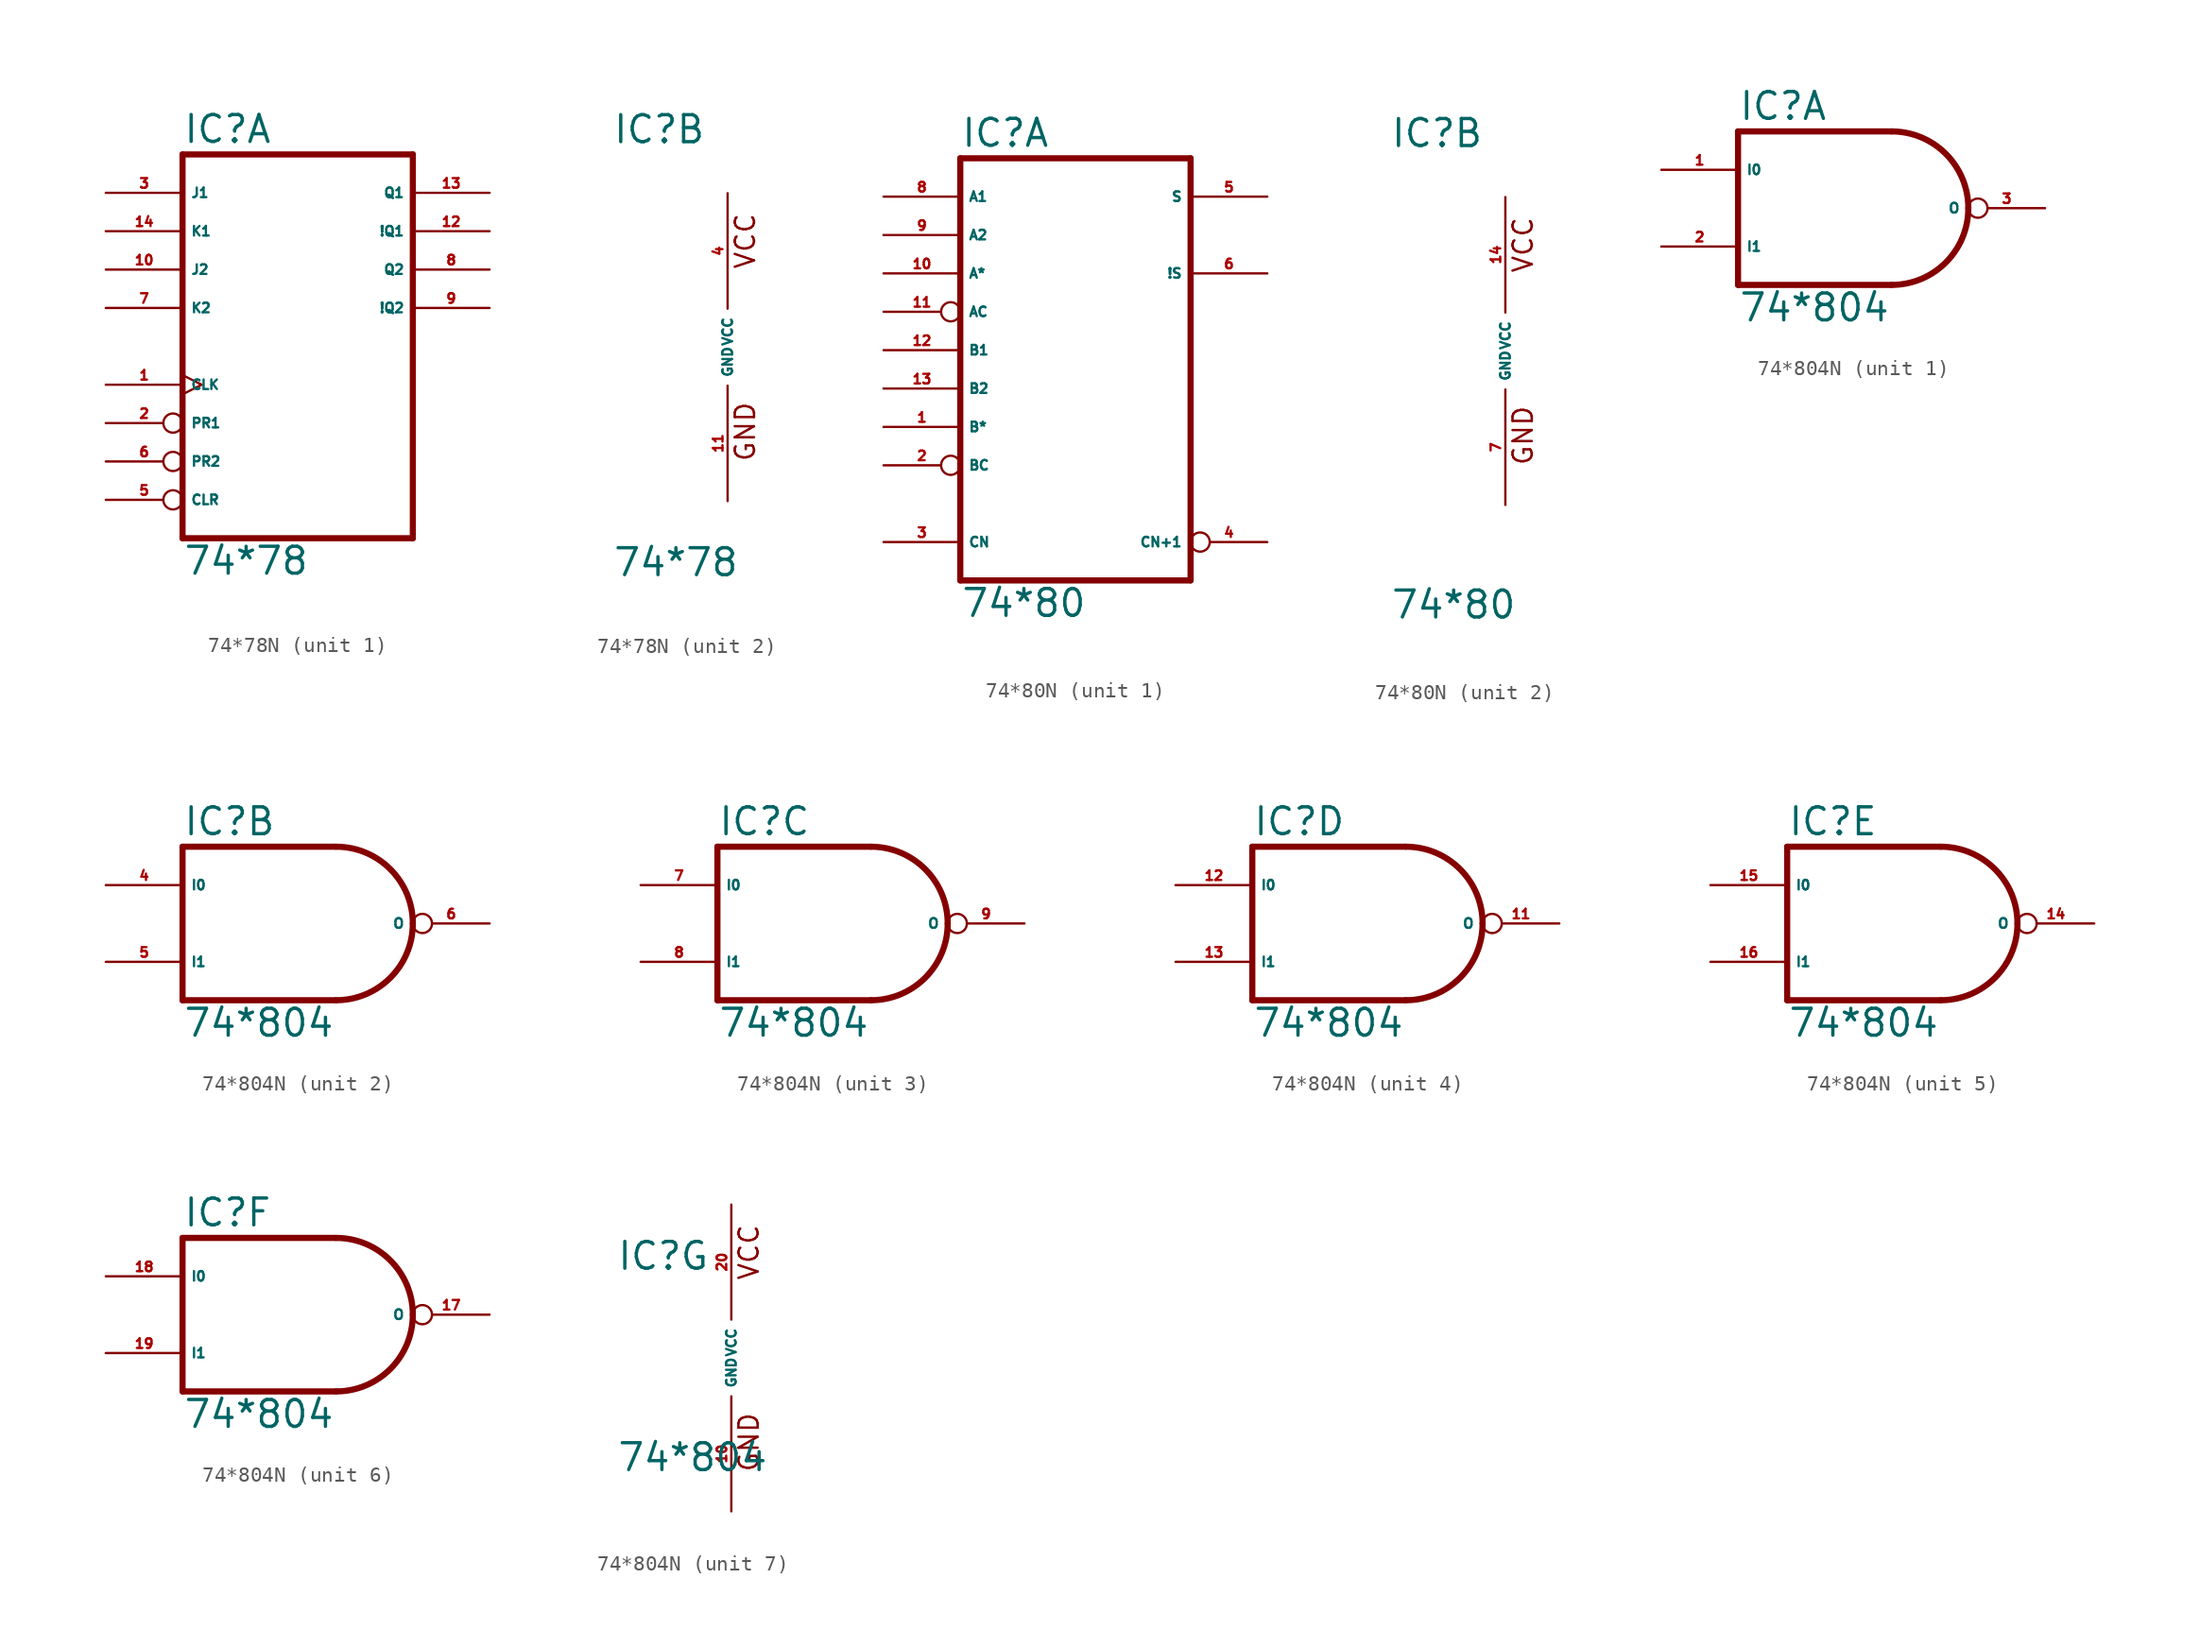
<source format=kicad_sym>
(kicad_symbol_lib
  (version 20220914)
  (generator Eagle2Kicad)
  (symbol "74*78N"
    (property "Reference" "IC"
      (at -7.62 13.335 0)
      (effects (font (size 1.778 1.778) (thickness 0.22)) (justify left bottom)))
    (property "Value" "74*78"
      (at -7.62 -15.24 0)
      (effects (font (size 1.778 1.778) (thickness 0.22)) (justify left bottom)))
    (symbol "74*78N_1_0"
      (polyline (pts (xy -7.62 -12.7) (xy 7.62 -12.7)) (stroke (width 0.406) (type default)) (fill (type none)))
      (polyline (pts (xy 7.62 -12.7) (xy 7.62 12.7)) (stroke (width 0.406) (type default)) (fill (type none)))
      (polyline (pts (xy 7.62 12.7) (xy -7.62 12.7)) (stroke (width 0.406) (type default)) (fill (type none)))
      (polyline (pts (xy -7.62 12.7) (xy -7.62 -12.7)) (stroke (width 0.406) (type default)) (fill (type none)))
      (pin input clock (at -12.7 -2.54 0) (length 5.08) (name "CLK" (effects (font (size 0.635 0.635) (thickness 0.08)) (justify left bottom))) (number "1" (effects (font (size 0.635 0.635) (thickness 0.08)) (justify left bottom))))
      (pin input inverted (at -12.7 -5.08 0) (length 5.08) (name "PR1" (effects (font (size 0.635 0.635) (thickness 0.08)) (justify left bottom))) (number "2" (effects (font (size 0.635 0.635) (thickness 0.08)) (justify left bottom))))
      (pin input line (at -12.7 10.16 0) (length 5.08) (name "J1" (effects (font (size 0.635 0.635) (thickness 0.08)) (justify left bottom))) (number "3" (effects (font (size 0.635 0.635) (thickness 0.08)) (justify left bottom))))
      (pin input inverted (at -12.7 -10.16 0) (length 5.08) (name "CLR" (effects (font (size 0.635 0.635) (thickness 0.08)) (justify left bottom))) (number "5" (effects (font (size 0.635 0.635) (thickness 0.08)) (justify left bottom))))
      (pin input inverted (at -12.7 -7.62 0) (length 5.08) (name "PR2" (effects (font (size 0.635 0.635) (thickness 0.08)) (justify left bottom))) (number "6" (effects (font (size 0.635 0.635) (thickness 0.08)) (justify left bottom))))
      (pin input line (at -12.7 2.54 0) (length 5.08) (name "K2" (effects (font (size 0.635 0.635) (thickness 0.08)) (justify left bottom))) (number "7" (effects (font (size 0.635 0.635) (thickness 0.08)) (justify left bottom))))
      (pin output line (at 12.7 5.08 180) (length 5.08) (name "Q2" (effects (font (size 0.635 0.635) (thickness 0.08)) (justify left bottom))) (number "8" (effects (font (size 0.635 0.635) (thickness 0.08)) (justify left bottom))))
      (pin output line (at 12.7 2.54 180) (length 5.08) (name "!Q2" (effects (font (size 0.635 0.635) (thickness 0.08)) (justify left bottom))) (number "9" (effects (font (size 0.635 0.635) (thickness 0.08)) (justify left bottom))))
      (pin input line (at -12.7 5.08 0) (length 5.08) (name "J2" (effects (font (size 0.635 0.635) (thickness 0.08)) (justify left bottom))) (number "10" (effects (font (size 0.635 0.635) (thickness 0.08)) (justify left bottom))))
      (pin output line (at 12.7 7.62 180) (length 5.08) (name "!Q1" (effects (font (size 0.635 0.635) (thickness 0.08)) (justify left bottom))) (number "12" (effects (font (size 0.635 0.635) (thickness 0.08)) (justify left bottom))))
      (pin output line (at 12.7 10.16 180) (length 5.08) (name "Q1" (effects (font (size 0.635 0.635) (thickness 0.08)) (justify left bottom))) (number "13" (effects (font (size 0.635 0.635) (thickness 0.08)) (justify left bottom))))
      (pin input line (at -12.7 7.62 0) (length 5.08) (name "K1" (effects (font (size 0.635 0.635) (thickness 0.08)) (justify left bottom))) (number "14" (effects (font (size 0.635 0.635) (thickness 0.08)) (justify left bottom)))))
    (symbol "74*78N_2_0"
      (text "GND" (at 1.905 -7.62 900) (effects (font (size 1.27 1.27) (thickness 0.16)) (justify left bottom)))
      (text "VCC" (at 1.905 5.08 900) (effects (font (size 1.27 1.27) (thickness 0.16)) (justify left bottom)))
      (pin unspecified line (at 0 -10.16 90) (length 7.62) (name "GND" (effects (font (size 0.635 0.635) (thickness 0.08)) (justify left bottom))) (number "11" (effects (font (size 0.635 0.635) (thickness 0.08)) (justify left bottom))))
      (pin unspecified line (at 0 10.16 270) (length 7.62) (name "VCC" (effects (font (size 0.635 0.635) (thickness 0.08)) (justify left bottom))) (number "4" (effects (font (size 0.635 0.635) (thickness 0.08)) (justify left bottom))))))
  (symbol "74*80N"
    (property "Reference" "IC"
      (at -7.62 13.335 0)
      (effects (font (size 1.778 1.778) (thickness 0.22)) (justify left bottom)))
    (property "Value" "74*80"
      (at -7.62 -17.78 0)
      (effects (font (size 1.778 1.778) (thickness 0.22)) (justify left bottom)))
    (symbol "74*80N_1_0"
      (polyline (pts (xy -7.62 -15.24) (xy 7.62 -15.24)) (stroke (width 0.406) (type default)) (fill (type none)))
      (polyline (pts (xy 7.62 -15.24) (xy 7.62 12.7)) (stroke (width 0.406) (type default)) (fill (type none)))
      (polyline (pts (xy 7.62 12.7) (xy -7.62 12.7)) (stroke (width 0.406) (type default)) (fill (type none)))
      (polyline (pts (xy -7.62 12.7) (xy -7.62 -15.24)) (stroke (width 0.406) (type default)) (fill (type none)))
      (pin bidirectional line (at -12.7 -5.08 0) (length 5.08) (name "B*" (effects (font (size 0.635 0.635) (thickness 0.08)) (justify left bottom))) (number "1" (effects (font (size 0.635 0.635) (thickness 0.08)) (justify left bottom))))
      (pin input inverted (at -12.7 -7.62 0) (length 5.08) (name "BC" (effects (font (size 0.635 0.635) (thickness 0.08)) (justify left bottom))) (number "2" (effects (font (size 0.635 0.635) (thickness 0.08)) (justify left bottom))))
      (pin input line (at -12.7 -12.7 0) (length 5.08) (name "CN" (effects (font (size 0.635 0.635) (thickness 0.08)) (justify left bottom))) (number "3" (effects (font (size 0.635 0.635) (thickness 0.08)) (justify left bottom))))
      (pin output inverted (at 12.7 -12.7 180) (length 5.08) (name "CN+1" (effects (font (size 0.635 0.635) (thickness 0.08)) (justify left bottom))) (number "4" (effects (font (size 0.635 0.635) (thickness 0.08)) (justify left bottom))))
      (pin output line (at 12.7 10.16 180) (length 5.08) (name "S" (effects (font (size 0.635 0.635) (thickness 0.08)) (justify left bottom))) (number "5" (effects (font (size 0.635 0.635) (thickness 0.08)) (justify left bottom))))
      (pin output line (at 12.7 5.08 180) (length 5.08) (name "!S" (effects (font (size 0.635 0.635) (thickness 0.08)) (justify left bottom))) (number "6" (effects (font (size 0.635 0.635) (thickness 0.08)) (justify left bottom))))
      (pin input line (at -12.7 10.16 0) (length 5.08) (name "A1" (effects (font (size 0.635 0.635) (thickness 0.08)) (justify left bottom))) (number "8" (effects (font (size 0.635 0.635) (thickness 0.08)) (justify left bottom))))
      (pin input line (at -12.7 7.62 0) (length 5.08) (name "A2" (effects (font (size 0.635 0.635) (thickness 0.08)) (justify left bottom))) (number "9" (effects (font (size 0.635 0.635) (thickness 0.08)) (justify left bottom))))
      (pin bidirectional line (at -12.7 5.08 0) (length 5.08) (name "A*" (effects (font (size 0.635 0.635) (thickness 0.08)) (justify left bottom))) (number "10" (effects (font (size 0.635 0.635) (thickness 0.08)) (justify left bottom))))
      (pin input inverted (at -12.7 2.54 0) (length 5.08) (name "AC" (effects (font (size 0.635 0.635) (thickness 0.08)) (justify left bottom))) (number "11" (effects (font (size 0.635 0.635) (thickness 0.08)) (justify left bottom))))
      (pin input line (at -12.7 0 0) (length 5.08) (name "B1" (effects (font (size 0.635 0.635) (thickness 0.08)) (justify left bottom))) (number "12" (effects (font (size 0.635 0.635) (thickness 0.08)) (justify left bottom))))
      (pin input line (at -12.7 -2.54 0) (length 5.08) (name "B2" (effects (font (size 0.635 0.635) (thickness 0.08)) (justify left bottom))) (number "13" (effects (font (size 0.635 0.635) (thickness 0.08)) (justify left bottom)))))
    (symbol "74*80N_2_0"
      (text "GND" (at 1.905 -7.62 900) (effects (font (size 1.27 1.27) (thickness 0.16)) (justify left bottom)))
      (text "VCC" (at 1.905 5.08 900) (effects (font (size 1.27 1.27) (thickness 0.16)) (justify left bottom)))
      (pin unspecified line (at 0 -10.16 90) (length 7.62) (name "GND" (effects (font (size 0.635 0.635) (thickness 0.08)) (justify left bottom))) (number "7" (effects (font (size 0.635 0.635) (thickness 0.08)) (justify left bottom))))
      (pin unspecified line (at 0 10.16 270) (length 7.62) (name "VCC" (effects (font (size 0.635 0.635) (thickness 0.08)) (justify left bottom))) (number "14" (effects (font (size 0.635 0.635) (thickness 0.08)) (justify left bottom))))))
  (symbol "74*804N"
    (property "Reference" "IC"
      (at -7.62 5.715 0)
      (effects (font (size 1.778 1.778) (thickness 0.22)) (justify left bottom)))
    (property "Value" "74*804"
      (at -7.62 -7.62 0)
      (effects (font (size 1.778 1.778) (thickness 0.22)) (justify left bottom)))
    (symbol "74*804N_1_0"
      (arc (start 2.54 -5.08) (mid 6.132 -3.592) (end 7.62 0) (stroke (width 0.4064) (type default)) (fill (type none)))
      (arc (start 7.62 0) (mid 6.132 3.592) (end 2.54 5.08) (stroke (width 0.4064) (type default)) (fill (type none)))
      (polyline (pts (xy 2.54 5.08) (xy -7.62 5.08)) (stroke (width 0.406) (type default)) (fill (type none)))
      (polyline (pts (xy -7.62 5.08) (xy -7.62 -5.08)) (stroke (width 0.406) (type default)) (fill (type none)))
      (polyline (pts (xy -7.62 -5.08) (xy 2.54 -5.08)) (stroke (width 0.406) (type default)) (fill (type none)))
      (pin input line (at -12.7 2.54 0) (length 5.08) (name "I0" (effects (font (size 0.635 0.635) (thickness 0.08)) (justify left bottom))) (number "1" (effects (font (size 0.635 0.635) (thickness 0.08)) (justify left bottom))))
      (pin input line (at -12.7 -2.54 0) (length 5.08) (name "I1" (effects (font (size 0.635 0.635) (thickness 0.08)) (justify left bottom))) (number "2" (effects (font (size 0.635 0.635) (thickness 0.08)) (justify left bottom))))
      (pin output inverted (at 12.7 0 180) (length 5.08) (name "O" (effects (font (size 0.635 0.635) (thickness 0.08)) (justify left bottom))) (number "3" (effects (font (size 0.635 0.635) (thickness 0.08)) (justify left bottom)))))
    (symbol "74*804N_2_0"
      (arc (start 2.54 -5.08) (mid 6.132 -3.592) (end 7.62 0) (stroke (width 0.4064) (type default)) (fill (type none)))
      (arc (start 7.62 0) (mid 6.132 3.592) (end 2.54 5.08) (stroke (width 0.4064) (type default)) (fill (type none)))
      (polyline (pts (xy 2.54 5.08) (xy -7.62 5.08)) (stroke (width 0.406) (type default)) (fill (type none)))
      (polyline (pts (xy -7.62 5.08) (xy -7.62 -5.08)) (stroke (width 0.406) (type default)) (fill (type none)))
      (polyline (pts (xy -7.62 -5.08) (xy 2.54 -5.08)) (stroke (width 0.406) (type default)) (fill (type none)))
      (pin input line (at -12.7 2.54 0) (length 5.08) (name "I0" (effects (font (size 0.635 0.635) (thickness 0.08)) (justify left bottom))) (number "4" (effects (font (size 0.635 0.635) (thickness 0.08)) (justify left bottom))))
      (pin input line (at -12.7 -2.54 0) (length 5.08) (name "I1" (effects (font (size 0.635 0.635) (thickness 0.08)) (justify left bottom))) (number "5" (effects (font (size 0.635 0.635) (thickness 0.08)) (justify left bottom))))
      (pin output inverted (at 12.7 0 180) (length 5.08) (name "O" (effects (font (size 0.635 0.635) (thickness 0.08)) (justify left bottom))) (number "6" (effects (font (size 0.635 0.635) (thickness 0.08)) (justify left bottom)))))
    (symbol "74*804N_3_0"
      (arc (start 2.54 -5.08) (mid 6.132 -3.592) (end 7.62 0) (stroke (width 0.4064) (type default)) (fill (type none)))
      (arc (start 7.62 0) (mid 6.132 3.592) (end 2.54 5.08) (stroke (width 0.4064) (type default)) (fill (type none)))
      (polyline (pts (xy 2.54 5.08) (xy -7.62 5.08)) (stroke (width 0.406) (type default)) (fill (type none)))
      (polyline (pts (xy -7.62 5.08) (xy -7.62 -5.08)) (stroke (width 0.406) (type default)) (fill (type none)))
      (polyline (pts (xy -7.62 -5.08) (xy 2.54 -5.08)) (stroke (width 0.406) (type default)) (fill (type none)))
      (pin input line (at -12.7 2.54 0) (length 5.08) (name "I0" (effects (font (size 0.635 0.635) (thickness 0.08)) (justify left bottom))) (number "7" (effects (font (size 0.635 0.635) (thickness 0.08)) (justify left bottom))))
      (pin input line (at -12.7 -2.54 0) (length 5.08) (name "I1" (effects (font (size 0.635 0.635) (thickness 0.08)) (justify left bottom))) (number "8" (effects (font (size 0.635 0.635) (thickness 0.08)) (justify left bottom))))
      (pin output inverted (at 12.7 0 180) (length 5.08) (name "O" (effects (font (size 0.635 0.635) (thickness 0.08)) (justify left bottom))) (number "9" (effects (font (size 0.635 0.635) (thickness 0.08)) (justify left bottom)))))
    (symbol "74*804N_4_0"
      (arc (start 2.54 -5.08) (mid 6.132 -3.592) (end 7.62 0) (stroke (width 0.4064) (type default)) (fill (type none)))
      (arc (start 7.62 0) (mid 6.132 3.592) (end 2.54 5.08) (stroke (width 0.4064) (type default)) (fill (type none)))
      (polyline (pts (xy 2.54 5.08) (xy -7.62 5.08)) (stroke (width 0.406) (type default)) (fill (type none)))
      (polyline (pts (xy -7.62 5.08) (xy -7.62 -5.08)) (stroke (width 0.406) (type default)) (fill (type none)))
      (polyline (pts (xy -7.62 -5.08) (xy 2.54 -5.08)) (stroke (width 0.406) (type default)) (fill (type none)))
      (pin input line (at -12.7 2.54 0) (length 5.08) (name "I0" (effects (font (size 0.635 0.635) (thickness 0.08)) (justify left bottom))) (number "12" (effects (font (size 0.635 0.635) (thickness 0.08)) (justify left bottom))))
      (pin input line (at -12.7 -2.54 0) (length 5.08) (name "I1" (effects (font (size 0.635 0.635) (thickness 0.08)) (justify left bottom))) (number "13" (effects (font (size 0.635 0.635) (thickness 0.08)) (justify left bottom))))
      (pin output inverted (at 12.7 0 180) (length 5.08) (name "O" (effects (font (size 0.635 0.635) (thickness 0.08)) (justify left bottom))) (number "11" (effects (font (size 0.635 0.635) (thickness 0.08)) (justify left bottom)))))
    (symbol "74*804N_5_0"
      (arc (start 2.54 -5.08) (mid 6.132 -3.592) (end 7.62 0) (stroke (width 0.4064) (type default)) (fill (type none)))
      (arc (start 7.62 0) (mid 6.132 3.592) (end 2.54 5.08) (stroke (width 0.4064) (type default)) (fill (type none)))
      (polyline (pts (xy 2.54 5.08) (xy -7.62 5.08)) (stroke (width 0.406) (type default)) (fill (type none)))
      (polyline (pts (xy -7.62 5.08) (xy -7.62 -5.08)) (stroke (width 0.406) (type default)) (fill (type none)))
      (polyline (pts (xy -7.62 -5.08) (xy 2.54 -5.08)) (stroke (width 0.406) (type default)) (fill (type none)))
      (pin input line (at -12.7 2.54 0) (length 5.08) (name "I0" (effects (font (size 0.635 0.635) (thickness 0.08)) (justify left bottom))) (number "15" (effects (font (size 0.635 0.635) (thickness 0.08)) (justify left bottom))))
      (pin input line (at -12.7 -2.54 0) (length 5.08) (name "I1" (effects (font (size 0.635 0.635) (thickness 0.08)) (justify left bottom))) (number "16" (effects (font (size 0.635 0.635) (thickness 0.08)) (justify left bottom))))
      (pin output inverted (at 12.7 0 180) (length 5.08) (name "O" (effects (font (size 0.635 0.635) (thickness 0.08)) (justify left bottom))) (number "14" (effects (font (size 0.635 0.635) (thickness 0.08)) (justify left bottom)))))
    (symbol "74*804N_6_0"
      (arc (start 2.54 -5.08) (mid 6.132 -3.592) (end 7.62 0) (stroke (width 0.4064) (type default)) (fill (type none)))
      (arc (start 7.62 0) (mid 6.132 3.592) (end 2.54 5.08) (stroke (width 0.4064) (type default)) (fill (type none)))
      (polyline (pts (xy 2.54 5.08) (xy -7.62 5.08)) (stroke (width 0.406) (type default)) (fill (type none)))
      (polyline (pts (xy -7.62 5.08) (xy -7.62 -5.08)) (stroke (width 0.406) (type default)) (fill (type none)))
      (polyline (pts (xy -7.62 -5.08) (xy 2.54 -5.08)) (stroke (width 0.406) (type default)) (fill (type none)))
      (pin input line (at -12.7 2.54 0) (length 5.08) (name "I0" (effects (font (size 0.635 0.635) (thickness 0.08)) (justify left bottom))) (number "18" (effects (font (size 0.635 0.635) (thickness 0.08)) (justify left bottom))))
      (pin input line (at -12.7 -2.54 0) (length 5.08) (name "I1" (effects (font (size 0.635 0.635) (thickness 0.08)) (justify left bottom))) (number "19" (effects (font (size 0.635 0.635) (thickness 0.08)) (justify left bottom))))
      (pin output inverted (at 12.7 0 180) (length 5.08) (name "O" (effects (font (size 0.635 0.635) (thickness 0.08)) (justify left bottom))) (number "17" (effects (font (size 0.635 0.635) (thickness 0.08)) (justify left bottom)))))
    (symbol "74*804N_7_0"
      (text "GND" (at 1.905 -7.62 900) (effects (font (size 1.27 1.27) (thickness 0.16)) (justify left bottom)))
      (text "VCC" (at 1.905 5.08 900) (effects (font (size 1.27 1.27) (thickness 0.16)) (justify left bottom)))
      (pin unspecified line (at 0 -10.16 90) (length 7.62) (name "GND" (effects (font (size 0.635 0.635) (thickness 0.08)) (justify left bottom))) (number "10" (effects (font (size 0.635 0.635) (thickness 0.08)) (justify left bottom))))
      (pin unspecified line (at 0 10.16 270) (length 7.62) (name "VCC" (effects (font (size 0.635 0.635) (thickness 0.08)) (justify left bottom))) (number "20" (effects (font (size 0.635 0.635) (thickness 0.08)) (justify left bottom)))))))
</source>
